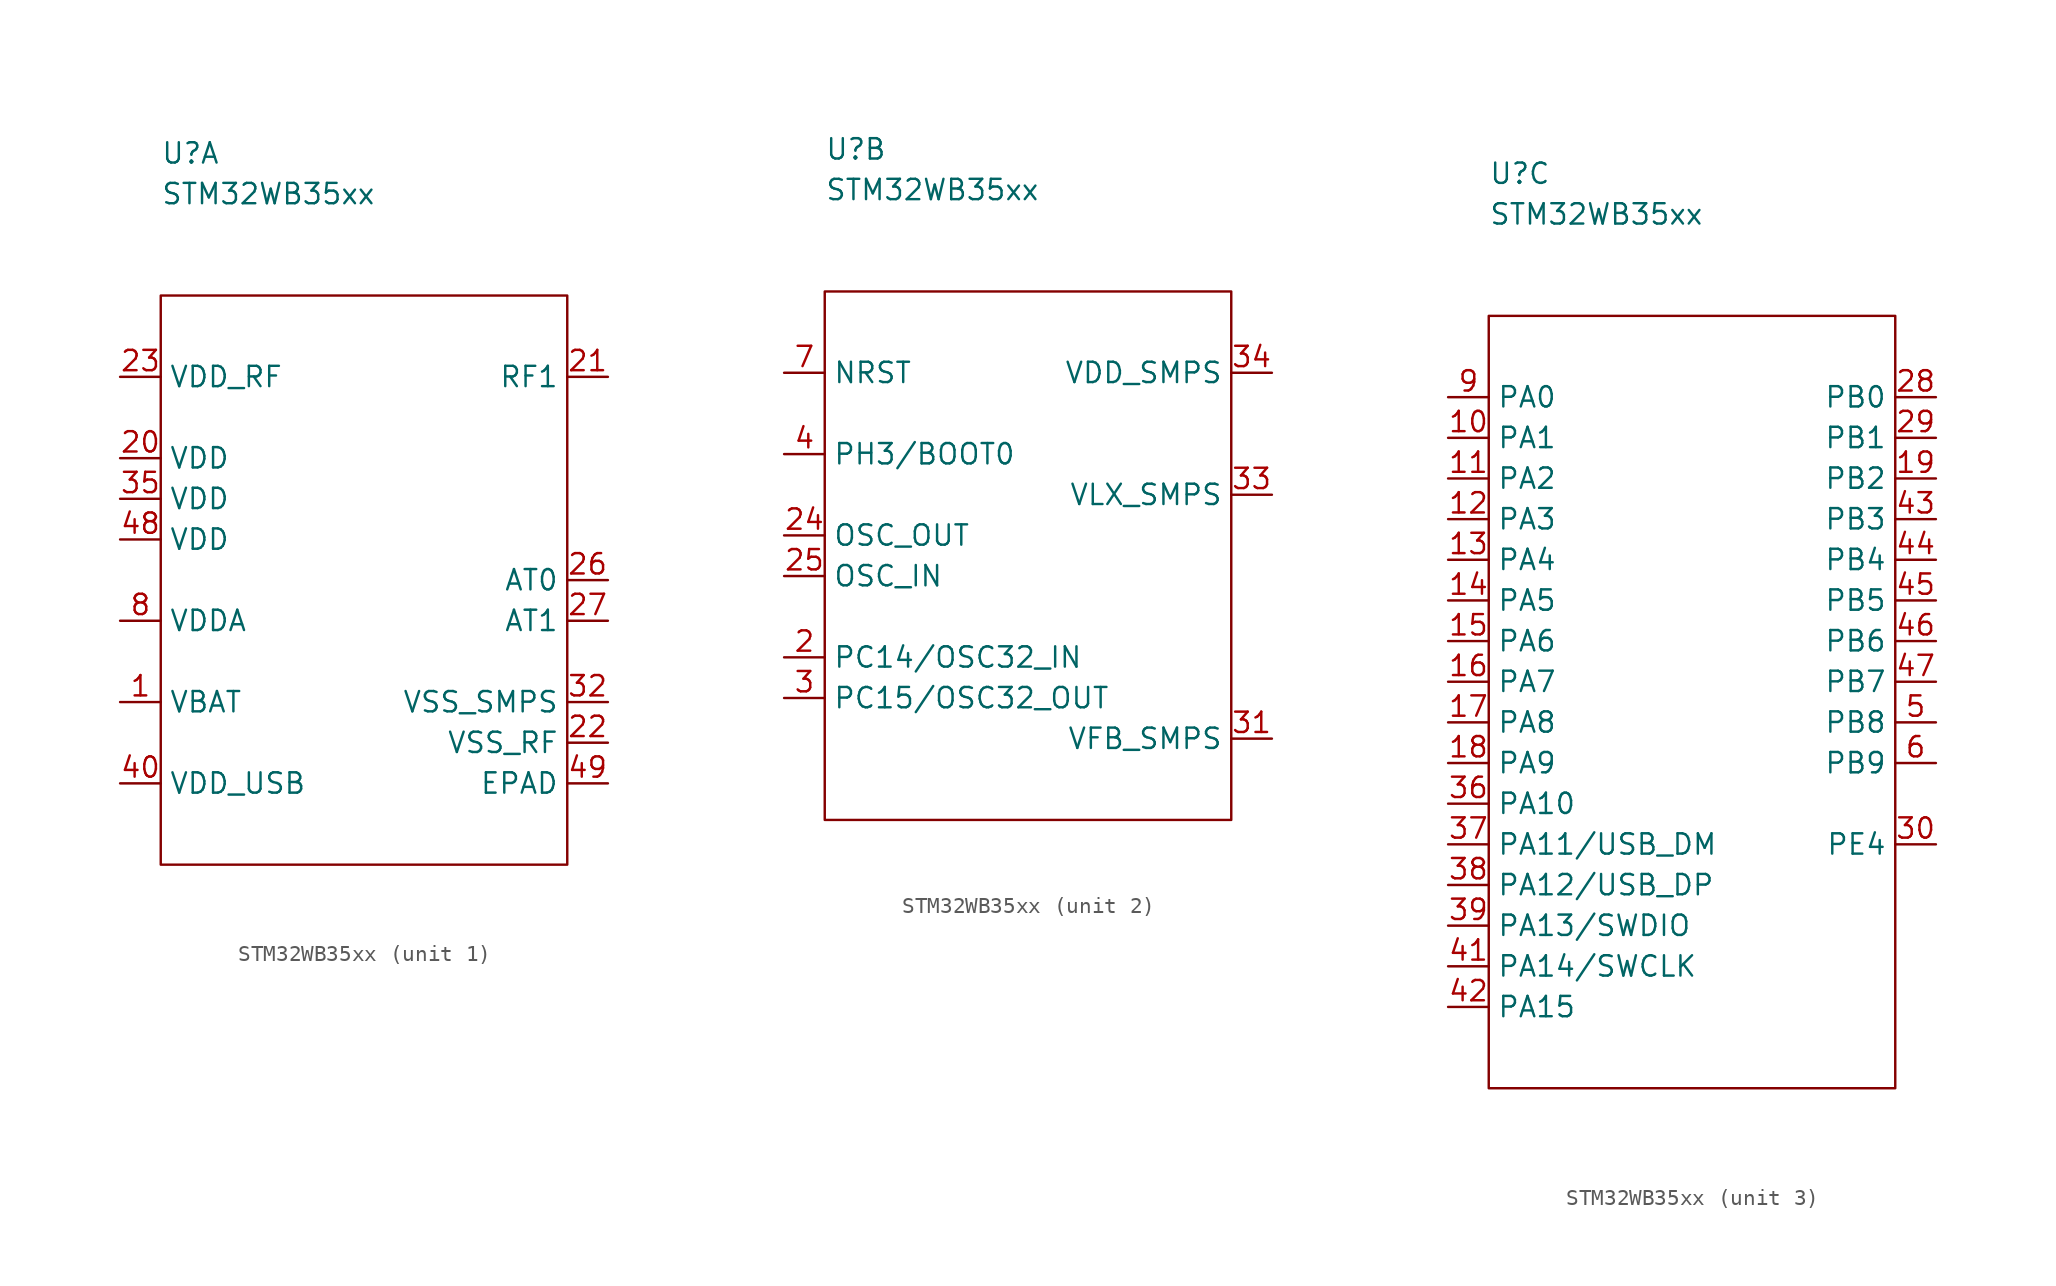
<source format=kicad_sym>
(kicad_symbol_lib
  (version 20211014)
  (generator kicad_symbol_editor)
  (symbol "STM32WB35xx"
    (property "Reference" "U"
      (at 0 8.89 0)
      (effects (font (size 1.27 1.27)) (justify left)))
    (property "Value" "STM32WB35xx"
      (at 0 6.35 0)
      (effects (font (size 1.27 1.27)) (justify left)))
    (symbol "STM32WB35xx_1_1"
      (rectangle (start 0 0) (end 25.4 -35.56) (stroke (width 0.152) (type default) (color 0 0 0 0)) (fill (type none)))
      (pin passive line (at -2.54 -25.4 0) (length 2.54) (name "VBAT" (effects (font (size 1.27 1.27)))) (number "1" (effects (font (size 1.27 1.27)))))
      (pin passive line (at -2.54 -10.16 0) (length 2.54) (name "VDD" (effects (font (size 1.27 1.27)))) (number "20" (effects (font (size 1.27 1.27)))))
      (pin passive line (at 27.94 -5.08 180) (length 2.54) (name "RF1" (effects (font (size 1.27 1.27)))) (number "21" (effects (font (size 1.27 1.27)))))
      (pin passive line (at 27.94 -27.94 180) (length 2.54) (name "VSS_RF" (effects (font (size 1.27 1.27)))) (number "22" (effects (font (size 1.27 1.27)))))
      (pin passive line (at -2.54 -5.08 0) (length 2.54) (name "VDD_RF" (effects (font (size 1.27 1.27)))) (number "23" (effects (font (size 1.27 1.27)))))
      (pin passive line (at 27.94 -17.78 180) (length 2.54) (name "AT0" (effects (font (size 1.27 1.27)))) (number "26" (effects (font (size 1.27 1.27)))))
      (pin passive line (at 27.94 -20.32 180) (length 2.54) (name "AT1" (effects (font (size 1.27 1.27)))) (number "27" (effects (font (size 1.27 1.27)))))
      (pin passive line (at 27.94 -25.4 180) (length 2.54) (name "VSS_SMPS" (effects (font (size 1.27 1.27)))) (number "32" (effects (font (size 1.27 1.27)))))
      (pin passive line (at -2.54 -12.7 0) (length 2.54) (name "VDD" (effects (font (size 1.27 1.27)))) (number "35" (effects (font (size 1.27 1.27)))))
      (pin passive line (at -2.54 -30.48 0) (length 2.54) (name "VDD_USB" (effects (font (size 1.27 1.27)))) (number "40" (effects (font (size 1.27 1.27)))))
      (pin passive line (at -2.54 -15.24 0) (length 2.54) (name "VDD" (effects (font (size 1.27 1.27)))) (number "48" (effects (font (size 1.27 1.27)))))
      (pin passive line (at 27.94 -30.48 180) (length 2.54) (name "EPAD" (effects (font (size 1.27 1.27)))) (number "49" (effects (font (size 1.27 1.27)))))
      (pin passive line (at -2.54 -20.32 0) (length 2.54) (name "VDDA" (effects (font (size 1.27 1.27)))) (number "8" (effects (font (size 1.27 1.27))))))
    (symbol "STM32WB35xx_2_1"
      (rectangle (start 0 0) (end 25.4 -33.02) (stroke (width 0.152) (type default) (color 0 0 0 0)) (fill (type none)))
      (pin passive line (at -2.54 -22.86 0) (length 2.54) (name "PC14/OSC32_IN" (effects (font (size 1.27 1.27)))) (number "2" (effects (font (size 1.27 1.27)))))
      (pin passive line (at -2.54 -15.24 0) (length 2.54) (name "OSC_OUT" (effects (font (size 1.27 1.27)))) (number "24" (effects (font (size 1.27 1.27)))))
      (pin passive line (at -2.54 -17.78 0) (length 2.54) (name "OSC_IN" (effects (font (size 1.27 1.27)))) (number "25" (effects (font (size 1.27 1.27)))))
      (pin passive line (at -2.54 -25.4 0) (length 2.54) (name "PC15/OSC32_OUT" (effects (font (size 1.27 1.27)))) (number "3" (effects (font (size 1.27 1.27)))))
      (pin passive line (at 27.94 -27.94 180) (length 2.54) (name "VFB_SMPS" (effects (font (size 1.27 1.27)))) (number "31" (effects (font (size 1.27 1.27)))))
      (pin passive line (at 27.94 -12.7 180) (length 2.54) (name "VLX_SMPS" (effects (font (size 1.27 1.27)))) (number "33" (effects (font (size 1.27 1.27)))))
      (pin passive line (at 27.94 -5.08 180) (length 2.54) (name "VDD_SMPS" (effects (font (size 1.27 1.27)))) (number "34" (effects (font (size 1.27 1.27)))))
      (pin passive line (at -2.54 -10.16 0) (length 2.54) (name "PH3/BOOT0" (effects (font (size 1.27 1.27)))) (number "4" (effects (font (size 1.27 1.27)))))
      (pin passive line (at -2.54 -5.08 0) (length 2.54) (name "NRST" (effects (font (size 1.27 1.27)))) (number "7" (effects (font (size 1.27 1.27))))))
    (symbol "STM32WB35xx_3_1"
      (rectangle (start 0 0) (end 25.4 -48.26) (stroke (width 0.152) (type default) (color 0 0 0 0)) (fill (type none)))
      (pin passive line (at -2.54 -7.62 0) (length 2.54) (name "PA1" (effects (font (size 1.27 1.27)))) (number "10" (effects (font (size 1.27 1.27)))))
      (pin passive line (at -2.54 -10.16 0) (length 2.54) (name "PA2" (effects (font (size 1.27 1.27)))) (number "11" (effects (font (size 1.27 1.27)))))
      (pin passive line (at -2.54 -12.7 0) (length 2.54) (name "PA3" (effects (font (size 1.27 1.27)))) (number "12" (effects (font (size 1.27 1.27)))))
      (pin passive line (at -2.54 -15.24 0) (length 2.54) (name "PA4" (effects (font (size 1.27 1.27)))) (number "13" (effects (font (size 1.27 1.27)))))
      (pin passive line (at -2.54 -17.78 0) (length 2.54) (name "PA5" (effects (font (size 1.27 1.27)))) (number "14" (effects (font (size 1.27 1.27)))))
      (pin passive line (at -2.54 -20.32 0) (length 2.54) (name "PA6" (effects (font (size 1.27 1.27)))) (number "15" (effects (font (size 1.27 1.27)))))
      (pin passive line (at -2.54 -22.86 0) (length 2.54) (name "PA7" (effects (font (size 1.27 1.27)))) (number "16" (effects (font (size 1.27 1.27)))))
      (pin passive line (at -2.54 -25.4 0) (length 2.54) (name "PA8" (effects (font (size 1.27 1.27)))) (number "17" (effects (font (size 1.27 1.27)))))
      (pin passive line (at -2.54 -27.94 0) (length 2.54) (name "PA9" (effects (font (size 1.27 1.27)))) (number "18" (effects (font (size 1.27 1.27)))))
      (pin passive line (at 27.94 -10.16 180) (length 2.54) (name "PB2" (effects (font (size 1.27 1.27)))) (number "19" (effects (font (size 1.27 1.27)))))
      (pin passive line (at 27.94 -5.08 180) (length 2.54) (name "PB0" (effects (font (size 1.27 1.27)))) (number "28" (effects (font (size 1.27 1.27)))))
      (pin passive line (at 27.94 -7.62 180) (length 2.54) (name "PB1" (effects (font (size 1.27 1.27)))) (number "29" (effects (font (size 1.27 1.27)))))
      (pin passive line (at 27.94 -33.02 180) (length 2.54) (name "PE4" (effects (font (size 1.27 1.27)))) (number "30" (effects (font (size 1.27 1.27)))))
      (pin passive line (at -2.54 -30.48 0) (length 2.54) (name "PA10" (effects (font (size 1.27 1.27)))) (number "36" (effects (font (size 1.27 1.27)))))
      (pin passive line (at -2.54 -33.02 0) (length 2.54) (name "PA11/USB_DM" (effects (font (size 1.27 1.27)))) (number "37" (effects (font (size 1.27 1.27)))))
      (pin passive line (at -2.54 -35.56 0) (length 2.54) (name "PA12/USB_DP" (effects (font (size 1.27 1.27)))) (number "38" (effects (font (size 1.27 1.27)))))
      (pin passive line (at -2.54 -38.1 0) (length 2.54) (name "PA13/SWDIO" (effects (font (size 1.27 1.27)))) (number "39" (effects (font (size 1.27 1.27)))))
      (pin passive line (at -2.54 -40.64 0) (length 2.54) (name "PA14/SWCLK" (effects (font (size 1.27 1.27)))) (number "41" (effects (font (size 1.27 1.27)))))
      (pin passive line (at -2.54 -43.18 0) (length 2.54) (name "PA15" (effects (font (size 1.27 1.27)))) (number "42" (effects (font (size 1.27 1.27)))))
      (pin passive line (at 27.94 -12.7 180) (length 2.54) (name "PB3" (effects (font (size 1.27 1.27)))) (number "43" (effects (font (size 1.27 1.27)))))
      (pin passive line (at 27.94 -15.24 180) (length 2.54) (name "PB4" (effects (font (size 1.27 1.27)))) (number "44" (effects (font (size 1.27 1.27)))))
      (pin passive line (at 27.94 -17.78 180) (length 2.54) (name "PB5" (effects (font (size 1.27 1.27)))) (number "45" (effects (font (size 1.27 1.27)))))
      (pin passive line (at 27.94 -20.32 180) (length 2.54) (name "PB6" (effects (font (size 1.27 1.27)))) (number "46" (effects (font (size 1.27 1.27)))))
      (pin passive line (at 27.94 -22.86 180) (length 2.54) (name "PB7" (effects (font (size 1.27 1.27)))) (number "47" (effects (font (size 1.27 1.27)))))
      (pin passive line (at 27.94 -25.4 180) (length 2.54) (name "PB8" (effects (font (size 1.27 1.27)))) (number "5" (effects (font (size 1.27 1.27)))))
      (pin passive line (at 27.94 -27.94 180) (length 2.54) (name "PB9" (effects (font (size 1.27 1.27)))) (number "6" (effects (font (size 1.27 1.27)))))
      (pin passive line (at -2.54 -5.08 0) (length 2.54) (name "PA0" (effects (font (size 1.27 1.27)))) (number "9" (effects (font (size 1.27 1.27))))))))
</source>
